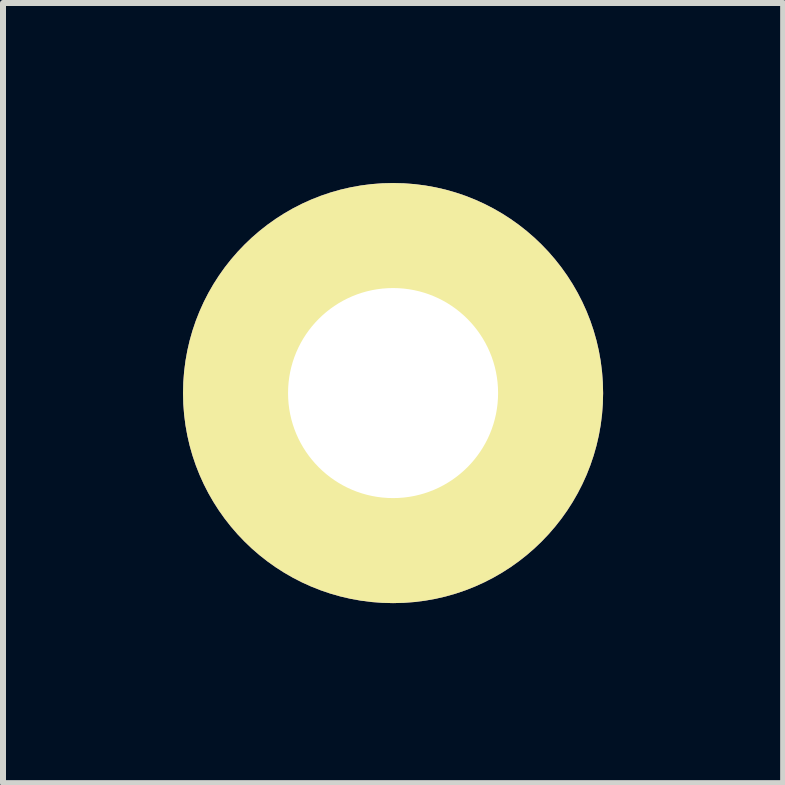
<source format=kicad_pcb>
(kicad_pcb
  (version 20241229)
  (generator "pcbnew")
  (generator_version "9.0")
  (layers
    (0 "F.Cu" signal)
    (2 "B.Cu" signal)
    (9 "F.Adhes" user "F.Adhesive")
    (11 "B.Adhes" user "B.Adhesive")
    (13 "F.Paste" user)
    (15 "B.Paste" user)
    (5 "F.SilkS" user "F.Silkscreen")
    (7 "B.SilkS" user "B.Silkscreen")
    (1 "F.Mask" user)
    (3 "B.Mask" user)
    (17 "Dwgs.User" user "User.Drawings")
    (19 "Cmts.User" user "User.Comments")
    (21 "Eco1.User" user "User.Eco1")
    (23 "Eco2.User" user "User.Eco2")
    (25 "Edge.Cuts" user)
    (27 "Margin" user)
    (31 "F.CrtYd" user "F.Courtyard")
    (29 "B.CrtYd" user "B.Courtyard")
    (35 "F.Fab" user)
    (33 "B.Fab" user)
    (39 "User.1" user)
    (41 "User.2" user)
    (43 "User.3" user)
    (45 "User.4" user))
  (footprint "Hole-M35"
    (layer "F.Cu")
    (at 3.5 3.5)
    (property "Reference" "Hole-M35" (at 0 -1.8 0) (layer "F.SilkS") (effects (font (size 0.508 0.508) (thickness 0.102))))
    (attr through_hole)
    (pad "" np_thru_hole circle (at 0 0) (size 7 7) (drill 3.5) (layers "*.Cu" "F.SilkS")))
  (gr_rect
    (start -3 -3)
    (end 10 10)
    (stroke (width 0.1) (type default))
    (fill no)
    (layer "Edge.Cuts")))
</source>
